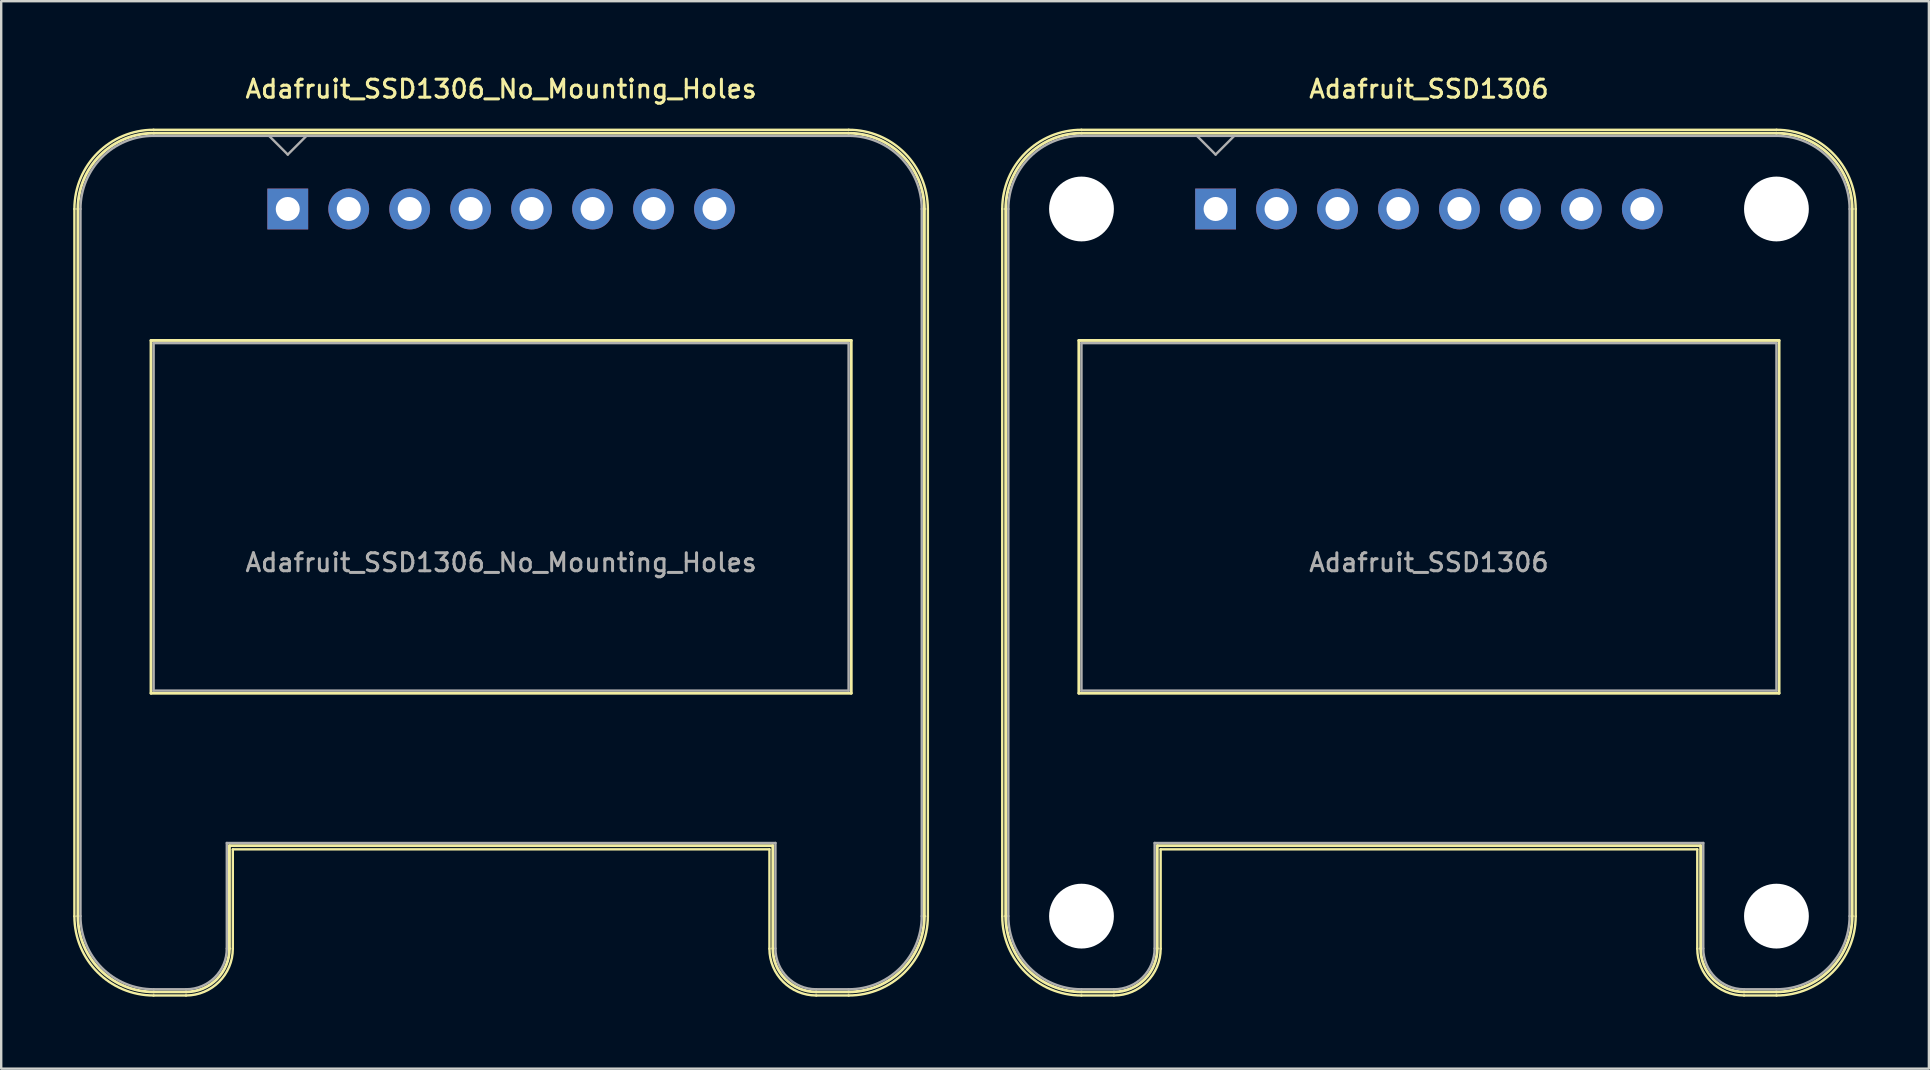
<source format=kicad_pcb>
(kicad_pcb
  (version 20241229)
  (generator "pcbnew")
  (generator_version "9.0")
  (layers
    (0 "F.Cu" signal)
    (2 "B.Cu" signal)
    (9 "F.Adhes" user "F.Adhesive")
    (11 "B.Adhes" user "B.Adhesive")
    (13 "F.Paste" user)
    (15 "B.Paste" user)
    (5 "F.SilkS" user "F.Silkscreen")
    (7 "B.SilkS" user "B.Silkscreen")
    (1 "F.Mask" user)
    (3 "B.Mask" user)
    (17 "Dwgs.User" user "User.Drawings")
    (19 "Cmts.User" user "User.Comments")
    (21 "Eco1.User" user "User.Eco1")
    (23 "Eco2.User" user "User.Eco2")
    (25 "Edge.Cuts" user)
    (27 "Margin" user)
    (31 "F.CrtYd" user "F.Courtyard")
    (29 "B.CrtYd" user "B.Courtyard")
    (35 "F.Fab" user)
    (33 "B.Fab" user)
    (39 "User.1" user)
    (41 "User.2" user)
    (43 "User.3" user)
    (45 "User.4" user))
  (footprint "Adafruit_SSD1306_No_Mounting_Holes"
    (layer "F.Cu")
    (at 8.94 5.658)
    (property "Reference" "Adafruit_SSD1306_No_Mounting_Holes" (at 8.89 -5 0) (layer "F.SilkS") (effects (font (size 0.75 0.75) (thickness 0.125))))
    (attr through_hole)
    (fp_line (start -8.89 0) (end -8.89 29.47) (stroke (width 0.1) (type solid)) (layer "F.SilkS"))
    (fp_line (start -8.746 0) (end -8.746 29.464) (stroke (width 0.12) (type solid)) (layer "F.SilkS"))
    (fp_line (start -5.698 5.478) (end -5.698 20.176) (stroke (width 0.12) (type solid)) (layer "F.SilkS"))
    (fp_line (start -5.698 5.478) (end 23.478 5.478) (stroke (width 0.12) (type solid)) (layer "F.SilkS"))
    (fp_line (start -5.698 20.176) (end 23.478 20.176) (stroke (width 0.12) (type solid)) (layer "F.SilkS"))
    (fp_line (start -4.24 32.77) (end -5.59 32.77) (stroke (width 0.1) (type solid)) (layer "F.SilkS"))
    (fp_line (start -4.238 32.622) (end -5.59 32.622) (stroke (width 0.12) (type solid)) (layer "F.SilkS"))
    (fp_line (start -2.43 26.526) (end -2.43 30.814) (stroke (width 0.12) (type solid)) (layer "F.SilkS"))
    (fp_line (start -2.43 26.526) (end 20.21 26.526) (stroke (width 0.12) (type solid)) (layer "F.SilkS"))
    (fp_line (start -2.29 26.68) (end -2.29 30.82) (stroke (width 0.1) (type solid)) (layer "F.SilkS"))
    (fp_line (start -2.29 26.68) (end 20.07 26.68) (stroke (width 0.1) (type solid)) (layer "F.SilkS"))
    (fp_line (start 20.07 26.68) (end 20.07 30.82) (stroke (width 0.1) (type solid)) (layer "F.SilkS"))
    (fp_line (start 20.21 26.526) (end 20.21 30.814) (stroke (width 0.12) (type solid)) (layer "F.SilkS"))
    (fp_line (start 22.018 32.622) (end 23.37 32.622) (stroke (width 0.12) (type solid)) (layer "F.SilkS"))
    (fp_line (start 22.02 32.77) (end 23.37 32.77) (stroke (width 0.1) (type solid)) (layer "F.SilkS"))
    (fp_line (start 23.368 -3.158) (end -5.588 -3.158) (stroke (width 0.12) (type solid)) (layer "F.SilkS"))
    (fp_line (start 23.37 -3.3) (end -5.59 -3.3) (stroke (width 0.1) (type solid)) (layer "F.SilkS"))
    (fp_line (start 23.478 5.478) (end 23.478 20.176) (stroke (width 0.12) (type solid)) (layer "F.SilkS"))
    (fp_line (start 26.526 0) (end 26.526 29.464) (stroke (width 0.12) (type solid)) (layer "F.SilkS"))
    (fp_line (start 26.67 0) (end 26.67 29.47) (stroke (width 0.1) (type solid)) (layer "F.SilkS"))
    (fp_arc (start -8.89 0) (mid -7.923452 -2.333452) (end -5.59 -3.3) (stroke (width 0.1) (type solid)) (layer "F.SilkS"))
    (fp_arc (start -8.746 0) (mid -7.821043 -2.233043) (end -5.588 -3.158) (stroke (width 0.12) (type solid)) (layer "F.SilkS"))
    (fp_arc (start -5.59 32.77) (mid -7.923452 31.803452) (end -8.89 29.47) (stroke (width 0.1) (type solid)) (layer "F.SilkS"))
    (fp_arc (start -5.588 32.622) (mid -7.821043 31.697043) (end -8.746 29.464) (stroke (width 0.12) (type solid)) (layer "F.SilkS"))
    (fp_arc (start -2.43 30.812) (mid -2.958137 32.091035) (end -4.236 32.622) (stroke (width 0.12) (type solid)) (layer "F.SilkS"))
    (fp_arc (start -2.29 30.82) (mid -2.861142 32.198858) (end -4.24 32.77) (stroke (width 0.1) (type solid)) (layer "F.SilkS"))
    (fp_arc (start 22.016 32.622) (mid 20.738137 32.091035) (end 20.21 30.812) (stroke (width 0.12) (type solid)) (layer "F.SilkS"))
    (fp_arc (start 22.02 32.77) (mid 20.641142 32.198858) (end 20.07 30.82) (stroke (width 0.1) (type solid)) (layer "F.SilkS"))
    (fp_arc (start 23.368 -3.158) (mid 25.601043 -2.233043) (end 26.526 0) (stroke (width 0.12) (type solid)) (layer "F.SilkS"))
    (fp_arc (start 23.37 -3.3) (mid 25.703452 -2.333452) (end 26.67 0) (stroke (width 0.1) (type solid)) (layer "F.SilkS"))
    (fp_arc (start 26.526 29.464) (mid 25.601043 31.697043) (end 23.368 32.622) (stroke (width 0.12) (type solid)) (layer "F.SilkS"))
    (fp_arc (start 26.67 29.47) (mid 25.703452 31.803452) (end 23.37 32.77) (stroke (width 0.1) (type solid)) (layer "F.SilkS"))
    (fp_line (start -8.636 0) (end -8.636 29.464) (stroke (width 0.1) (type solid)) (layer "F.Fab"))
    (fp_line (start -5.588 5.588) (end -5.588 20.066) (stroke (width 0.1) (type solid)) (layer "F.Fab"))
    (fp_line (start -5.588 5.588) (end 23.368 5.588) (stroke (width 0.1) (type solid)) (layer "F.Fab"))
    (fp_line (start -5.588 20.066) (end 23.368 20.066) (stroke (width 0.1) (type solid)) (layer "F.Fab"))
    (fp_line (start -4.238 32.512) (end -5.59 32.512) (stroke (width 0.1) (type solid)) (layer "F.Fab"))
    (fp_line (start -2.54 26.416) (end -2.54 30.814) (stroke (width 0.1) (type solid)) (layer "F.Fab"))
    (fp_line (start -2.54 26.416) (end 20.32 26.416) (stroke (width 0.1) (type solid)) (layer "F.Fab"))
    (fp_line (start -0.78 -3.048) (end 0 -2.268) (stroke (width 0.1) (type solid)) (layer "F.Fab"))
    (fp_line (start 0 -2.268) (end 0.78 -3.048) (stroke (width 0.1) (type solid)) (layer "F.Fab"))
    (fp_line (start 20.32 26.416) (end 20.32 30.814) (stroke (width 0.1) (type solid)) (layer "F.Fab"))
    (fp_line (start 22.018 32.512) (end 23.37 32.512) (stroke (width 0.1) (type solid)) (layer "F.Fab"))
    (fp_line (start 23.368 -3.048) (end -5.588 -3.048) (stroke (width 0.1) (type solid)) (layer "F.Fab"))
    (fp_line (start 23.368 5.588) (end 23.368 20.066) (stroke (width 0.1) (type solid)) (layer "F.Fab"))
    (fp_line (start 26.416 0) (end 26.416 29.464) (stroke (width 0.1) (type solid)) (layer "F.Fab"))
    (fp_arc (start -8.636 0.002) (mid -7.744676 -2.153847) (end -5.59 -3.048) (stroke (width 0.1) (type solid)) (layer "F.Fab"))
    (fp_arc (start -5.59 32.512) (mid -7.744676 31.617847) (end -8.636 29.462) (stroke (width 0.1) (type solid)) (layer "F.Fab"))
    (fp_arc (start -2.54 30.812) (mid -3.035918 32.013253) (end -4.236 32.512) (stroke (width 0.1) (type solid)) (layer "F.Fab"))
    (fp_arc (start 22.016 32.512) (mid 20.815918 32.013253) (end 20.32 30.812) (stroke (width 0.1) (type solid)) (layer "F.Fab"))
    (fp_arc (start 23.368 -3.048) (mid 25.523261 -2.155261) (end 26.416 0) (stroke (width 0.1) (type solid)) (layer "F.Fab"))
    (fp_arc (start 26.416 29.464) (mid 25.523261 31.619261) (end 23.368 32.512) (stroke (width 0.1) (type solid)) (layer "F.Fab"))
    (fp_text user "${REFERENCE}" (at 8.89 14.732 0) (layer "F.Fab") (effects (font (size 0.75 0.75) (thickness 0.125))))
    (pad "1" thru_hole rect (at 0 0) (size 1.7 1.7) (drill 1) (layers "*.Cu" "*.Mask"))
    (pad "2" thru_hole circle (at 2.54 0) (size 1.7 1.7) (drill 1) (layers "*.Cu" "*.Mask"))
    (pad "3" thru_hole circle (at 5.08 0) (size 1.7 1.7) (drill 1) (layers "*.Cu" "*.Mask"))
    (pad "4" thru_hole circle (at 7.62 0) (size 1.7 1.7) (drill 1) (layers "*.Cu" "*.Mask"))
    (pad "5" thru_hole circle (at 10.16 0) (size 1.7 1.7) (drill 1) (layers "*.Cu" "*.Mask"))
    (pad "6" thru_hole circle (at 12.7 0) (size 1.7 1.7) (drill 1) (layers "*.Cu" "*.Mask"))
    (pad "7" thru_hole circle (at 15.24 0) (size 1.7 1.7) (drill 1) (layers "*.Cu" "*.Mask"))
    (pad "8" thru_hole circle (at 17.78 0) (size 1.7 1.7) (drill 1) (layers "*.Cu" "*.Mask")))
  (footprint "Adafruit_SSD1306"
    (layer "F.Cu")
    (at 47.6 5.658)
    (property "Reference" "Adafruit_SSD1306" (at 8.89 -5 0) (layer "F.SilkS") (effects (font (size 0.75 0.75) (thickness 0.125))))
    (attr through_hole)
    (fp_line (start -8.89 0) (end -8.89 29.47) (stroke (width 0.1) (type solid)) (layer "F.SilkS"))
    (fp_line (start -8.746 0) (end -8.746 29.464) (stroke (width 0.12) (type solid)) (layer "F.SilkS"))
    (fp_line (start -5.698 5.478) (end -5.698 20.176) (stroke (width 0.12) (type solid)) (layer "F.SilkS"))
    (fp_line (start -5.698 5.478) (end 23.478 5.478) (stroke (width 0.12) (type solid)) (layer "F.SilkS"))
    (fp_line (start -5.698 20.176) (end 23.478 20.176) (stroke (width 0.12) (type solid)) (layer "F.SilkS"))
    (fp_line (start -4.24 32.77) (end -5.59 32.77) (stroke (width 0.1) (type solid)) (layer "F.SilkS"))
    (fp_line (start -4.238 32.622) (end -5.59 32.622) (stroke (width 0.12) (type solid)) (layer "F.SilkS"))
    (fp_line (start -2.43 26.526) (end -2.43 30.814) (stroke (width 0.12) (type solid)) (layer "F.SilkS"))
    (fp_line (start -2.43 26.526) (end 20.21 26.526) (stroke (width 0.12) (type solid)) (layer "F.SilkS"))
    (fp_line (start -2.29 26.68) (end -2.29 30.82) (stroke (width 0.1) (type solid)) (layer "F.SilkS"))
    (fp_line (start -2.29 26.68) (end 20.07 26.68) (stroke (width 0.1) (type solid)) (layer "F.SilkS"))
    (fp_line (start 20.07 26.68) (end 20.07 30.82) (stroke (width 0.1) (type solid)) (layer "F.SilkS"))
    (fp_line (start 20.21 26.526) (end 20.21 30.814) (stroke (width 0.12) (type solid)) (layer "F.SilkS"))
    (fp_line (start 22.018 32.622) (end 23.37 32.622) (stroke (width 0.12) (type solid)) (layer "F.SilkS"))
    (fp_line (start 22.02 32.77) (end 23.37 32.77) (stroke (width 0.1) (type solid)) (layer "F.SilkS"))
    (fp_line (start 23.368 -3.158) (end -5.588 -3.158) (stroke (width 0.12) (type solid)) (layer "F.SilkS"))
    (fp_line (start 23.37 -3.3) (end -5.59 -3.3) (stroke (width 0.1) (type solid)) (layer "F.SilkS"))
    (fp_line (start 23.478 5.478) (end 23.478 20.176) (stroke (width 0.12) (type solid)) (layer "F.SilkS"))
    (fp_line (start 26.526 0) (end 26.526 29.464) (stroke (width 0.12) (type solid)) (layer "F.SilkS"))
    (fp_line (start 26.67 0) (end 26.67 29.47) (stroke (width 0.1) (type solid)) (layer "F.SilkS"))
    (fp_arc (start -8.89 0) (mid -7.923452 -2.333452) (end -5.59 -3.3) (stroke (width 0.1) (type solid)) (layer "F.SilkS"))
    (fp_arc (start -8.746 0) (mid -7.821043 -2.233043) (end -5.588 -3.158) (stroke (width 0.12) (type solid)) (layer "F.SilkS"))
    (fp_arc (start -5.59 32.77) (mid -7.923452 31.803452) (end -8.89 29.47) (stroke (width 0.1) (type solid)) (layer "F.SilkS"))
    (fp_arc (start -5.588 32.622) (mid -7.821043 31.697043) (end -8.746 29.464) (stroke (width 0.12) (type solid)) (layer "F.SilkS"))
    (fp_arc (start -2.43 30.812) (mid -2.958137 32.091035) (end -4.236 32.622) (stroke (width 0.12) (type solid)) (layer "F.SilkS"))
    (fp_arc (start -2.29 30.82) (mid -2.861142 32.198858) (end -4.24 32.77) (stroke (width 0.1) (type solid)) (layer "F.SilkS"))
    (fp_arc (start 22.016 32.622) (mid 20.738137 32.091035) (end 20.21 30.812) (stroke (width 0.12) (type solid)) (layer "F.SilkS"))
    (fp_arc (start 22.02 32.77) (mid 20.641142 32.198858) (end 20.07 30.82) (stroke (width 0.1) (type solid)) (layer "F.SilkS"))
    (fp_arc (start 23.368 -3.158) (mid 25.601043 -2.233043) (end 26.526 0) (stroke (width 0.12) (type solid)) (layer "F.SilkS"))
    (fp_arc (start 23.37 -3.3) (mid 25.703452 -2.333452) (end 26.67 0) (stroke (width 0.1) (type solid)) (layer "F.SilkS"))
    (fp_arc (start 26.526 29.464) (mid 25.601043 31.697043) (end 23.368 32.622) (stroke (width 0.12) (type solid)) (layer "F.SilkS"))
    (fp_arc (start 26.67 29.47) (mid 25.703452 31.803452) (end 23.37 32.77) (stroke (width 0.1) (type solid)) (layer "F.SilkS"))
    (fp_line (start -8.636 0) (end -8.636 29.464) (stroke (width 0.1) (type solid)) (layer "F.Fab"))
    (fp_line (start -5.588 5.588) (end -5.588 20.066) (stroke (width 0.1) (type solid)) (layer "F.Fab"))
    (fp_line (start -5.588 5.588) (end 23.368 5.588) (stroke (width 0.1) (type solid)) (layer "F.Fab"))
    (fp_line (start -5.588 20.066) (end 23.368 20.066) (stroke (width 0.1) (type solid)) (layer "F.Fab"))
    (fp_line (start -4.238 32.512) (end -5.59 32.512) (stroke (width 0.1) (type solid)) (layer "F.Fab"))
    (fp_line (start -2.54 26.416) (end -2.54 30.814) (stroke (width 0.1) (type solid)) (layer "F.Fab"))
    (fp_line (start -2.54 26.416) (end 20.32 26.416) (stroke (width 0.1) (type solid)) (layer "F.Fab"))
    (fp_line (start -0.78 -3.048) (end 0 -2.268) (stroke (width 0.1) (type solid)) (layer "F.Fab"))
    (fp_line (start 0 -2.268) (end 0.78 -3.048) (stroke (width 0.1) (type solid)) (layer "F.Fab"))
    (fp_line (start 20.32 26.416) (end 20.32 30.814) (stroke (width 0.1) (type solid)) (layer "F.Fab"))
    (fp_line (start 22.018 32.512) (end 23.37 32.512) (stroke (width 0.1) (type solid)) (layer "F.Fab"))
    (fp_line (start 23.368 -3.048) (end -5.588 -3.048) (stroke (width 0.1) (type solid)) (layer "F.Fab"))
    (fp_line (start 23.368 5.588) (end 23.368 20.066) (stroke (width 0.1) (type solid)) (layer "F.Fab"))
    (fp_line (start 26.416 0) (end 26.416 29.464) (stroke (width 0.1) (type solid)) (layer "F.Fab"))
    (fp_arc (start -8.636 0.002) (mid -7.744676 -2.153847) (end -5.59 -3.048) (stroke (width 0.1) (type solid)) (layer "F.Fab"))
    (fp_arc (start -5.59 32.512) (mid -7.744676 31.617847) (end -8.636 29.462) (stroke (width 0.1) (type solid)) (layer "F.Fab"))
    (fp_arc (start -2.54 30.812) (mid -3.035918 32.013253) (end -4.236 32.512) (stroke (width 0.1) (type solid)) (layer "F.Fab"))
    (fp_arc (start 22.016 32.512) (mid 20.815918 32.013253) (end 20.32 30.812) (stroke (width 0.1) (type solid)) (layer "F.Fab"))
    (fp_arc (start 23.368 -3.048) (mid 25.523261 -2.155261) (end 26.416 0) (stroke (width 0.1) (type solid)) (layer "F.Fab"))
    (fp_arc (start 26.416 29.464) (mid 25.523261 31.619261) (end 23.368 32.512) (stroke (width 0.1) (type solid)) (layer "F.Fab"))
    (fp_text user "${REFERENCE}" (at 8.89 14.732 0) (layer "F.Fab") (effects (font (size 0.75 0.75) (thickness 0.125))))
    (pad "" np_thru_hole circle (at -5.588 0) (size 2.7 2.7) (drill 2.7) (layers "*.Cu" "*.Mask"))
    (pad "" np_thru_hole circle (at -5.588 29.464) (size 2.7 2.7) (drill 2.7) (layers "*.Cu" "*.Mask"))
    (pad "" np_thru_hole circle (at 23.368 0) (size 2.7 2.7) (drill 2.7) (layers "*.Cu" "*.Mask"))
    (pad "" np_thru_hole circle (at 23.368 29.464) (size 2.7 2.7) (drill 2.7) (layers "*.Cu" "*.Mask"))
    (pad "1" thru_hole rect (at 0 0) (size 1.7 1.7) (drill 1) (layers "*.Cu" "*.Mask"))
    (pad "2" thru_hole circle (at 2.54 0) (size 1.7 1.7) (drill 1) (layers "*.Cu" "*.Mask"))
    (pad "3" thru_hole circle (at 5.08 0) (size 1.7 1.7) (drill 1) (layers "*.Cu" "*.Mask"))
    (pad "4" thru_hole circle (at 7.62 0) (size 1.7 1.7) (drill 1) (layers "*.Cu" "*.Mask"))
    (pad "5" thru_hole circle (at 10.16 0) (size 1.7 1.7) (drill 1) (layers "*.Cu" "*.Mask"))
    (pad "6" thru_hole circle (at 12.7 0) (size 1.7 1.7) (drill 1) (layers "*.Cu" "*.Mask"))
    (pad "7" thru_hole circle (at 15.24 0) (size 1.7 1.7) (drill 1) (layers "*.Cu" "*.Mask"))
    (pad "8" thru_hole circle (at 17.78 0) (size 1.7 1.7) (drill 1) (layers "*.Cu" "*.Mask")))
  (gr_rect
    (start -3 -3)
    (end 77.32 41.478)
    (stroke (width 0.1) (type default))
    (fill no)
    (layer "Edge.Cuts")))
</source>
